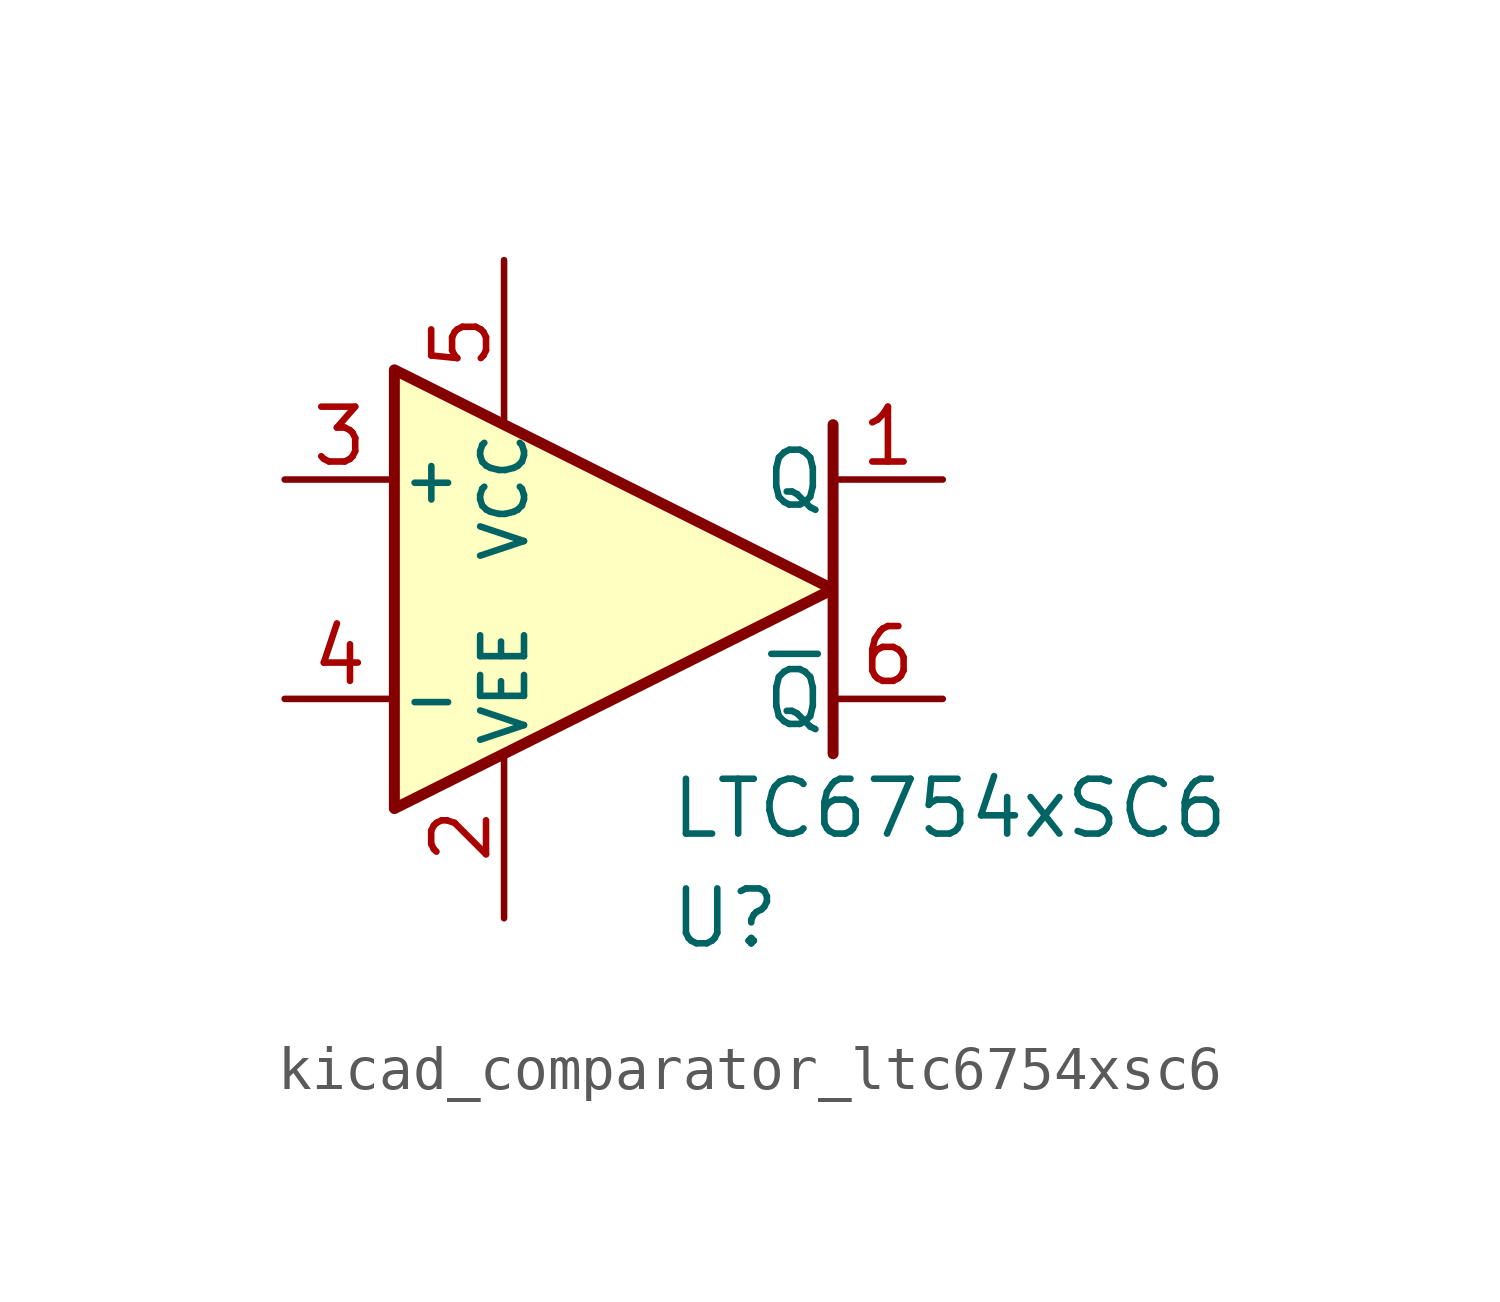
<source format=kicad_sym>
(kicad_symbol_lib
  (version 20220914)
  (generator kicad_symbol_editor)
  (symbol "kicad_comparator_ltc6754xsc6"
    (pin_names
      (offset 0.127))
    (property "Reference" "U"
      (at 1.27 -7.62 0)
      (effects (font (size 1.27 1.27)) (justify left)))
    (property "Value" "LTC6754xSC6"
      (at 1.27 -5.08 0)
      (effects (font (size 1.27 1.27)) (justify left)))
    (symbol "kicad_comparator_ltc6754xsc6_0_1"
      (polyline (pts (xy 5.08 3.81) (xy 5.08 0) (xy -5.08 5.08) (xy -5.08 -5.08) (xy 5.08 0) (xy 5.08 -3.81)) (stroke (width 0.254) (type default)) (fill (type background))))
    (symbol "kicad_comparator_ltc6754xsc6_1_1"
      (pin output line (at 7.62 2.54 180) (length 2.54) (name "Q" (effects (font (size 1.27 1.27)))) (number "1" (effects (font (size 1.27 1.27)))))
      (pin power_in line (at -2.54 -7.62 90) (length 3.81) (name "VEE" (effects (font (size 1.016 1.016)))) (number "2" (effects (font (size 1.27 1.27)))))
      (pin input line (at -7.62 2.54 0) (length 2.54) (name "+" (effects (font (size 1.016 1.016)))) (number "3" (effects (font (size 1.27 1.27)))))
      (pin input line (at -7.62 -2.54 0) (length 2.54) (name "-" (effects (font (size 1.016 1.016)))) (number "4" (effects (font (size 1.27 1.27)))))
      (pin power_in line (at -2.54 7.62 270) (length 3.81) (name "VCC" (effects (font (size 1.016 1.016)))) (number "5" (effects (font (size 1.27 1.27)))))
      (pin output line (at 7.62 -2.54 180) (length 2.54) (name "~{Q}" (effects (font (size 1.27 1.27)))) (number "6" (effects (font (size 1.27 1.27))))))))
</source>
